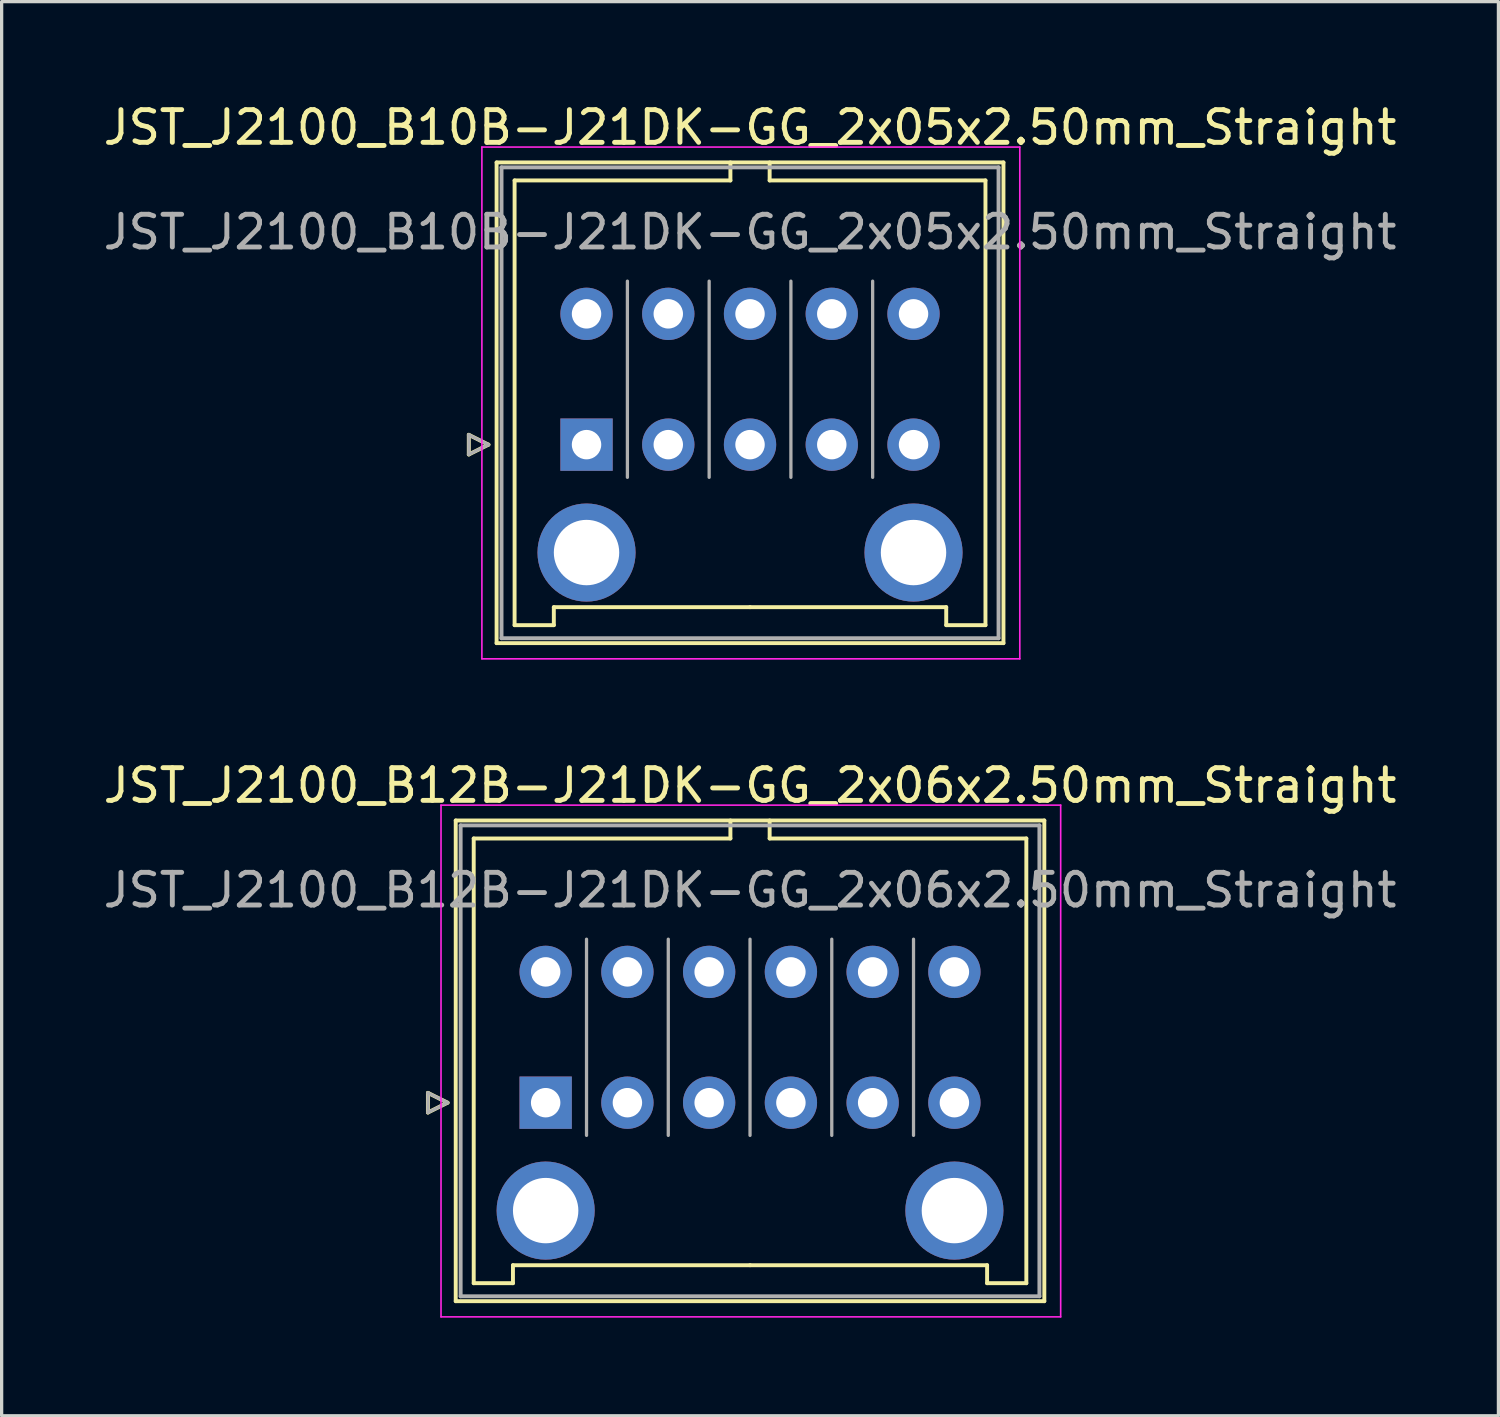
<source format=kicad_pcb>
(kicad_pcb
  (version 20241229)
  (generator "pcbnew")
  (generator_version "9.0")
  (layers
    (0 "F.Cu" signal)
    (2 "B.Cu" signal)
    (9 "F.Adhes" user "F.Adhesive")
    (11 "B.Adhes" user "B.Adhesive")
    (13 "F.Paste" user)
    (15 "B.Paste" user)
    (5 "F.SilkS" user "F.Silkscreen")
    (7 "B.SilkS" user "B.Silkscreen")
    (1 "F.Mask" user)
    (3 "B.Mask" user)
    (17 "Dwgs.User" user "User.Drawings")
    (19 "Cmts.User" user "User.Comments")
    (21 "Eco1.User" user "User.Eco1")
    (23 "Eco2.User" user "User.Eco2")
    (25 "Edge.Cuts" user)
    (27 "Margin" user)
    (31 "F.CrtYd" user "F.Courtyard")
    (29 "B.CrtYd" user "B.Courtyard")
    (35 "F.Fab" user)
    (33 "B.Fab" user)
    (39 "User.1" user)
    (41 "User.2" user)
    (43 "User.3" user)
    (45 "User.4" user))
  (footprint "JST_J2100_B12B-J21DK-GG_2x06x2.50mm_Straight"
    (layer "F.Cu")
    (at 13.637 30.672)
    (property "Reference" "JST_J2100_B12B-J21DK-GG_2x06x2.50mm_Straight" (at 6.25 -9.7 0) (layer "F.SilkS") (effects (font (size 1 1) (thickness 0.15))))
    (attr through_hole)
    (fp_line (start -3.6 -0.3) (end -3 0) (stroke (width 0.12) (type solid)) (layer "F.SilkS"))
    (fp_line (start -3.6 0.3) (end -3.6 -0.3) (stroke (width 0.12) (type solid)) (layer "F.SilkS"))
    (fp_line (start -3 0) (end -3.6 0.3) (stroke (width 0.12) (type solid)) (layer "F.SilkS"))
    (fp_line (start -2.75 -8.63) (end -2.75 6.07) (stroke (width 0.12) (type solid)) (layer "F.SilkS"))
    (fp_line (start -2.75 6.07) (end 15.25 6.07) (stroke (width 0.12) (type solid)) (layer "F.SilkS"))
    (fp_line (start -2.2 -8.08) (end -2.2 5.52) (stroke (width 0.12) (type solid)) (layer "F.SilkS"))
    (fp_line (start -2.2 5.52) (end -1 5.52) (stroke (width 0.12) (type solid)) (layer "F.SilkS"))
    (fp_line (start -1 4.97) (end 6.25 4.97) (stroke (width 0.12) (type solid)) (layer "F.SilkS"))
    (fp_line (start -1 5.52) (end -1 4.97) (stroke (width 0.12) (type solid)) (layer "F.SilkS"))
    (fp_line (start 5.65 -8.63) (end 5.65 -8.08) (stroke (width 0.12) (type solid)) (layer "F.SilkS"))
    (fp_line (start 5.65 -8.08) (end -2.2 -8.08) (stroke (width 0.12) (type solid)) (layer "F.SilkS"))
    (fp_line (start 6.85 -8.63) (end 6.85 -8.08) (stroke (width 0.12) (type solid)) (layer "F.SilkS"))
    (fp_line (start 6.85 -8.08) (end 14.7 -8.08) (stroke (width 0.12) (type solid)) (layer "F.SilkS"))
    (fp_line (start 13.5 4.97) (end 6.25 4.97) (stroke (width 0.12) (type solid)) (layer "F.SilkS"))
    (fp_line (start 13.5 5.52) (end 13.5 4.97) (stroke (width 0.12) (type solid)) (layer "F.SilkS"))
    (fp_line (start 14.7 -8.08) (end 14.7 5.52) (stroke (width 0.12) (type solid)) (layer "F.SilkS"))
    (fp_line (start 14.7 5.52) (end 13.5 5.52) (stroke (width 0.12) (type solid)) (layer "F.SilkS"))
    (fp_line (start 15.25 -8.63) (end -2.75 -8.63) (stroke (width 0.12) (type solid)) (layer "F.SilkS"))
    (fp_line (start 15.25 6.07) (end 15.25 -8.63) (stroke (width 0.12) (type solid)) (layer "F.SilkS"))
    (fp_line (start -3.2 -9.1) (end -3.2 6.55) (stroke (width 0.05) (type solid)) (layer "F.CrtYd"))
    (fp_line (start -3.2 6.55) (end 15.75 6.55) (stroke (width 0.05) (type solid)) (layer "F.CrtYd"))
    (fp_line (start 15.75 -9.1) (end -3.2 -9.1) (stroke (width 0.05) (type solid)) (layer "F.CrtYd"))
    (fp_line (start 15.75 6.55) (end 15.75 -9.1) (stroke (width 0.05) (type solid)) (layer "F.CrtYd"))
    (fp_line (start -3.6 -0.3) (end -3 0) (stroke (width 0.1) (type solid)) (layer "F.Fab"))
    (fp_line (start -3.6 0.3) (end -3.6 -0.3) (stroke (width 0.1) (type solid)) (layer "F.Fab"))
    (fp_line (start -3 0) (end -3.6 0.3) (stroke (width 0.1) (type solid)) (layer "F.Fab"))
    (fp_line (start -2.6 -8.48) (end -2.6 5.92) (stroke (width 0.12) (type solid)) (layer "F.Fab"))
    (fp_line (start -2.6 5.92) (end 15.1 5.92) (stroke (width 0.12) (type solid)) (layer "F.Fab"))
    (fp_line (start 1.25 1) (end 1.25 -5) (stroke (width 0.1) (type solid)) (layer "F.Fab"))
    (fp_line (start 3.75 1) (end 3.75 -5) (stroke (width 0.1) (type solid)) (layer "F.Fab"))
    (fp_line (start 6.25 1) (end 6.25 -5) (stroke (width 0.1) (type solid)) (layer "F.Fab"))
    (fp_line (start 8.75 1) (end 8.75 -5) (stroke (width 0.1) (type solid)) (layer "F.Fab"))
    (fp_line (start 11.25 1) (end 11.25 -5) (stroke (width 0.1) (type solid)) (layer "F.Fab"))
    (fp_line (start 15.1 -8.48) (end -2.6 -8.48) (stroke (width 0.12) (type solid)) (layer "F.Fab"))
    (fp_line (start 15.1 5.92) (end 15.1 -8.48) (stroke (width 0.12) (type solid)) (layer "F.Fab"))
    (fp_text user "${REFERENCE}" (at 6.25 -6.5 0) (layer "F.Fab") (effects (font (size 1 1) (thickness 0.15))))
    (pad "" thru_hole circle (at 0 3.3) (size 3 3) (drill 2) (layers "*.Cu" "*.Mask"))
    (pad "" thru_hole circle (at 12.5 3.3) (size 3 3) (drill 2) (layers "*.Cu" "*.Mask"))
    (pad "1" thru_hole rect (at 0 0) (size 1.6 1.6) (drill 0.9) (layers "*.Cu" "*.Mask"))
    (pad "2" thru_hole circle (at 0 -4) (size 1.6 1.6) (drill 0.9) (layers "*.Cu" "*.Mask"))
    (pad "3" thru_hole circle (at 2.5 0) (size 1.6 1.6) (drill 0.9) (layers "*.Cu" "*.Mask"))
    (pad "4" thru_hole circle (at 2.5 -4) (size 1.6 1.6) (drill 0.9) (layers "*.Cu" "*.Mask"))
    (pad "5" thru_hole circle (at 5 0) (size 1.6 1.6) (drill 0.9) (layers "*.Cu" "*.Mask"))
    (pad "6" thru_hole circle (at 5 -4) (size 1.6 1.6) (drill 0.9) (layers "*.Cu" "*.Mask"))
    (pad "7" thru_hole circle (at 7.5 0) (size 1.6 1.6) (drill 0.9) (layers "*.Cu" "*.Mask"))
    (pad "8" thru_hole circle (at 7.5 -4) (size 1.6 1.6) (drill 0.9) (layers "*.Cu" "*.Mask"))
    (pad "9" thru_hole circle (at 10 0) (size 1.6 1.6) (drill 0.9) (layers "*.Cu" "*.Mask"))
    (pad "10" thru_hole circle (at 10 -4) (size 1.6 1.6) (drill 0.9) (layers "*.Cu" "*.Mask"))
    (pad "11" thru_hole circle (at 12.5 0) (size 1.6 1.6) (drill 0.9) (layers "*.Cu" "*.Mask"))
    (pad "12" thru_hole circle (at 12.5 -4) (size 1.6 1.6) (drill 0.9) (layers "*.Cu" "*.Mask")))
  (footprint "JST_J2100_B10B-J21DK-GG_2x05x2.50mm_Straight"
    (layer "F.Cu")
    (at 14.887 10.548)
    (property "Reference" "JST_J2100_B10B-J21DK-GG_2x05x2.50mm_Straight" (at 5 -9.7 0) (layer "F.SilkS") (effects (font (size 1 1) (thickness 0.15))))
    (attr through_hole)
    (fp_line (start -3.6 -0.3) (end -3 0) (stroke (width 0.12) (type solid)) (layer "F.SilkS"))
    (fp_line (start -3.6 0.3) (end -3.6 -0.3) (stroke (width 0.12) (type solid)) (layer "F.SilkS"))
    (fp_line (start -3 0) (end -3.6 0.3) (stroke (width 0.12) (type solid)) (layer "F.SilkS"))
    (fp_line (start -2.75 -8.63) (end -2.75 6.07) (stroke (width 0.12) (type solid)) (layer "F.SilkS"))
    (fp_line (start -2.75 6.07) (end 12.75 6.07) (stroke (width 0.12) (type solid)) (layer "F.SilkS"))
    (fp_line (start -2.2 -8.08) (end -2.2 5.52) (stroke (width 0.12) (type solid)) (layer "F.SilkS"))
    (fp_line (start -2.2 5.52) (end -1 5.52) (stroke (width 0.12) (type solid)) (layer "F.SilkS"))
    (fp_line (start -1 4.97) (end 5 4.97) (stroke (width 0.12) (type solid)) (layer "F.SilkS"))
    (fp_line (start -1 5.52) (end -1 4.97) (stroke (width 0.12) (type solid)) (layer "F.SilkS"))
    (fp_line (start 4.4 -8.63) (end 4.4 -8.08) (stroke (width 0.12) (type solid)) (layer "F.SilkS"))
    (fp_line (start 4.4 -8.08) (end -2.2 -8.08) (stroke (width 0.12) (type solid)) (layer "F.SilkS"))
    (fp_line (start 5.6 -8.63) (end 5.6 -8.08) (stroke (width 0.12) (type solid)) (layer "F.SilkS"))
    (fp_line (start 5.6 -8.08) (end 12.2 -8.08) (stroke (width 0.12) (type solid)) (layer "F.SilkS"))
    (fp_line (start 11 4.97) (end 5 4.97) (stroke (width 0.12) (type solid)) (layer "F.SilkS"))
    (fp_line (start 11 5.52) (end 11 4.97) (stroke (width 0.12) (type solid)) (layer "F.SilkS"))
    (fp_line (start 12.2 -8.08) (end 12.2 5.52) (stroke (width 0.12) (type solid)) (layer "F.SilkS"))
    (fp_line (start 12.2 5.52) (end 11 5.52) (stroke (width 0.12) (type solid)) (layer "F.SilkS"))
    (fp_line (start 12.75 -8.63) (end -2.75 -8.63) (stroke (width 0.12) (type solid)) (layer "F.SilkS"))
    (fp_line (start 12.75 6.07) (end 12.75 -8.63) (stroke (width 0.12) (type solid)) (layer "F.SilkS"))
    (fp_line (start -3.2 -9.1) (end -3.2 6.55) (stroke (width 0.05) (type solid)) (layer "F.CrtYd"))
    (fp_line (start -3.2 6.55) (end 13.25 6.55) (stroke (width 0.05) (type solid)) (layer "F.CrtYd"))
    (fp_line (start 13.25 -9.1) (end -3.2 -9.1) (stroke (width 0.05) (type solid)) (layer "F.CrtYd"))
    (fp_line (start 13.25 6.55) (end 13.25 -9.1) (stroke (width 0.05) (type solid)) (layer "F.CrtYd"))
    (fp_line (start -3.6 -0.3) (end -3 0) (stroke (width 0.1) (type solid)) (layer "F.Fab"))
    (fp_line (start -3.6 0.3) (end -3.6 -0.3) (stroke (width 0.1) (type solid)) (layer "F.Fab"))
    (fp_line (start -3 0) (end -3.6 0.3) (stroke (width 0.1) (type solid)) (layer "F.Fab"))
    (fp_line (start -2.6 -8.48) (end -2.6 5.92) (stroke (width 0.12) (type solid)) (layer "F.Fab"))
    (fp_line (start -2.6 5.92) (end 12.6 5.92) (stroke (width 0.12) (type solid)) (layer "F.Fab"))
    (fp_line (start 1.25 1) (end 1.25 -5) (stroke (width 0.1) (type solid)) (layer "F.Fab"))
    (fp_line (start 3.75 1) (end 3.75 -5) (stroke (width 0.1) (type solid)) (layer "F.Fab"))
    (fp_line (start 6.25 1) (end 6.25 -5) (stroke (width 0.1) (type solid)) (layer "F.Fab"))
    (fp_line (start 8.75 1) (end 8.75 -5) (stroke (width 0.1) (type solid)) (layer "F.Fab"))
    (fp_line (start 12.6 -8.48) (end -2.6 -8.48) (stroke (width 0.12) (type solid)) (layer "F.Fab"))
    (fp_line (start 12.6 5.92) (end 12.6 -8.48) (stroke (width 0.12) (type solid)) (layer "F.Fab"))
    (fp_text user "${REFERENCE}" (at 5 -6.5 0) (layer "F.Fab") (effects (font (size 1 1) (thickness 0.15))))
    (pad "" thru_hole circle (at 0 3.3) (size 3 3) (drill 2) (layers "*.Cu" "*.Mask"))
    (pad "" thru_hole circle (at 10 3.3) (size 3 3) (drill 2) (layers "*.Cu" "*.Mask"))
    (pad "1" thru_hole rect (at 0 0) (size 1.6 1.6) (drill 0.9) (layers "*.Cu" "*.Mask"))
    (pad "2" thru_hole circle (at 0 -4) (size 1.6 1.6) (drill 0.9) (layers "*.Cu" "*.Mask"))
    (pad "3" thru_hole circle (at 2.5 0) (size 1.6 1.6) (drill 0.9) (layers "*.Cu" "*.Mask"))
    (pad "4" thru_hole circle (at 2.5 -4) (size 1.6 1.6) (drill 0.9) (layers "*.Cu" "*.Mask"))
    (pad "5" thru_hole circle (at 5 0) (size 1.6 1.6) (drill 0.9) (layers "*.Cu" "*.Mask"))
    (pad "6" thru_hole circle (at 5 -4) (size 1.6 1.6) (drill 0.9) (layers "*.Cu" "*.Mask"))
    (pad "7" thru_hole circle (at 7.5 0) (size 1.6 1.6) (drill 0.9) (layers "*.Cu" "*.Mask"))
    (pad "8" thru_hole circle (at 7.5 -4) (size 1.6 1.6) (drill 0.9) (layers "*.Cu" "*.Mask"))
    (pad "9" thru_hole circle (at 10 0) (size 1.6 1.6) (drill 0.9) (layers "*.Cu" "*.Mask"))
    (pad "10" thru_hole circle (at 10 -4) (size 1.6 1.6) (drill 0.9) (layers "*.Cu" "*.Mask")))
  (gr_rect
    (start -3 -3)
    (end 42.774 40.246)
    (stroke (width 0.1) (type default))
    (fill no)
    (layer "Edge.Cuts")))
</source>
